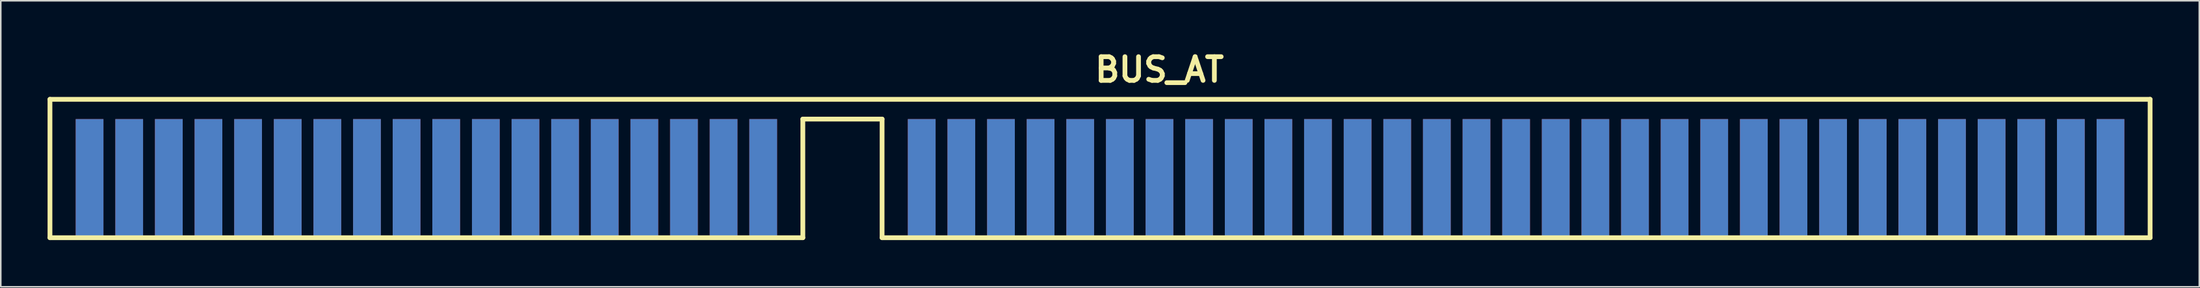
<source format=kicad_pcb>
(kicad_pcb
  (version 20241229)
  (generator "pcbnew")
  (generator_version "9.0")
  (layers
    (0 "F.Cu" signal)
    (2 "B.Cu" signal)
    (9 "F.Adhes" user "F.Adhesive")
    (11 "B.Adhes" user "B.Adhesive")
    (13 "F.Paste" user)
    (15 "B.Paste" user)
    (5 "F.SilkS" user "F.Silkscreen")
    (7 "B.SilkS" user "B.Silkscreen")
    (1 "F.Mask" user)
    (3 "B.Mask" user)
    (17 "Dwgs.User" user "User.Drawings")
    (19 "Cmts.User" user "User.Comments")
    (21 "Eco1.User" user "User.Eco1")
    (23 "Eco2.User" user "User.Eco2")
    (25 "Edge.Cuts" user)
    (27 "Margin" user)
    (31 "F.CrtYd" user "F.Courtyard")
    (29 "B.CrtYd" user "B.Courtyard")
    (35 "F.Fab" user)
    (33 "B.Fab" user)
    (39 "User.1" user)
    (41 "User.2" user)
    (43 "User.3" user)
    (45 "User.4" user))
  (footprint "BUS_AT"
    (layer "F.Cu")
    (at 94.132 8.411)
    (property "Reference" "BUS_AT" (at -22.86 -6.985 0) (layer "F.SilkS") (effects (font (size 1.524 1.524) (thickness 0.305))))
    (attr through_hole)
    (fp_line (start -93.98 -5.08) (end 40.64 -5.08) (stroke (width 0.305) (type solid)) (layer "F.SilkS"))
    (fp_line (start -93.98 3.81) (end -93.98 -5.08) (stroke (width 0.305) (type solid)) (layer "F.SilkS"))
    (fp_line (start -45.72 -3.81) (end -45.72 3.81) (stroke (width 0.305) (type solid)) (layer "F.SilkS"))
    (fp_line (start -45.72 3.81) (end -93.98 3.81) (stroke (width 0.305) (type solid)) (layer "F.SilkS"))
    (fp_line (start -40.64 -3.81) (end -45.72 -3.81) (stroke (width 0.305) (type solid)) (layer "F.SilkS"))
    (fp_line (start -40.64 3.81) (end -40.64 -3.81) (stroke (width 0.305) (type solid)) (layer "F.SilkS"))
    (fp_line (start 40.64 -5.08) (end 40.64 3.81) (stroke (width 0.305) (type solid)) (layer "F.SilkS"))
    (fp_line (start 40.64 3.81) (end -40.64 3.81) (stroke (width 0.305) (type solid)) (layer "F.SilkS"))
    (pad "1" connect rect (at 38.1 0) (size 1.778 7.62) (layers "B.Cu" "B.Mask"))
    (pad "2" connect rect (at 35.56 0) (size 1.778 7.62) (layers "B.Cu" "B.Mask"))
    (pad "3" connect rect (at 33.02 0) (size 1.778 7.62) (layers "B.Cu" "B.Mask"))
    (pad "4" connect rect (at 30.48 0) (size 1.778 7.62) (layers "B.Cu" "B.Mask"))
    (pad "5" connect rect (at 27.94 0) (size 1.778 7.62) (layers "B.Cu" "B.Mask"))
    (pad "6" connect rect (at 25.4 0) (size 1.778 7.62) (layers "B.Cu" "B.Mask"))
    (pad "7" connect rect (at 22.86 0) (size 1.778 7.62) (layers "B.Cu" "B.Mask"))
    (pad "8" connect rect (at 20.32 0) (size 1.778 7.62) (layers "B.Cu" "B.Mask"))
    (pad "9" connect rect (at 17.78 0) (size 1.778 7.62) (layers "B.Cu" "B.Mask"))
    (pad "10" connect rect (at 15.24 0) (size 1.778 7.62) (layers "B.Cu" "B.Mask"))
    (pad "11" connect rect (at 12.7 0) (size 1.778 7.62) (layers "B.Cu" "B.Mask"))
    (pad "12" connect rect (at 10.16 0) (size 1.778 7.62) (layers "B.Cu" "B.Mask"))
    (pad "13" connect rect (at 7.62 0) (size 1.778 7.62) (layers "B.Cu" "B.Mask"))
    (pad "14" connect rect (at 5.08 0) (size 1.778 7.62) (layers "B.Cu" "B.Mask"))
    (pad "15" connect rect (at 2.54 0) (size 1.778 7.62) (layers "B.Cu" "B.Mask"))
    (pad "16" connect rect (at 0 0) (size 1.778 7.62) (layers "B.Cu" "B.Mask"))
    (pad "17" connect rect (at -2.54 0) (size 1.778 7.62) (layers "B.Cu" "B.Mask"))
    (pad "18" connect rect (at -5.08 0) (size 1.778 7.62) (layers "B.Cu" "B.Mask"))
    (pad "19" connect rect (at -7.62 0) (size 1.778 7.62) (layers "B.Cu" "B.Mask"))
    (pad "20" connect rect (at -10.16 0) (size 1.778 7.62) (layers "B.Cu" "B.Mask"))
    (pad "21" connect rect (at -12.7 0) (size 1.778 7.62) (layers "B.Cu" "B.Mask"))
    (pad "22" connect rect (at -15.24 0) (size 1.778 7.62) (layers "B.Cu" "B.Mask"))
    (pad "23" connect rect (at -17.78 0) (size 1.778 7.62) (layers "B.Cu" "B.Mask"))
    (pad "24" connect rect (at -20.32 0) (size 1.778 7.62) (layers "B.Cu" "B.Mask"))
    (pad "25" connect rect (at -22.86 0) (size 1.778 7.62) (layers "B.Cu" "B.Mask"))
    (pad "26" connect rect (at -25.4 0) (size 1.778 7.62) (layers "B.Cu" "B.Mask"))
    (pad "27" connect rect (at -27.94 0) (size 1.778 7.62) (layers "B.Cu" "B.Mask"))
    (pad "28" connect rect (at -30.48 0) (size 1.778 7.62) (layers "B.Cu" "B.Mask"))
    (pad "29" connect rect (at -33.02 0) (size 1.778 7.62) (layers "B.Cu" "B.Mask"))
    (pad "30" connect rect (at -35.56 0) (size 1.778 7.62) (layers "B.Cu" "B.Mask"))
    (pad "31" connect rect (at -38.1 0) (size 1.778 7.62) (layers "B.Cu" "B.Mask"))
    (pad "32" connect rect (at 38.1 0) (size 1.778 7.62) (layers "F.Cu" "F.Mask"))
    (pad "33" connect rect (at 35.56 0) (size 1.778 7.62) (layers "F.Cu" "F.Mask"))
    (pad "34" connect rect (at 33.02 0) (size 1.778 7.62) (layers "F.Cu" "F.Mask"))
    (pad "35" connect rect (at 30.48 0) (size 1.778 7.62) (layers "F.Cu" "F.Mask"))
    (pad "36" connect rect (at 27.94 0) (size 1.778 7.62) (layers "F.Cu" "F.Mask"))
    (pad "37" connect rect (at 25.4 0) (size 1.778 7.62) (layers "F.Cu" "F.Mask"))
    (pad "38" connect rect (at 22.86 0) (size 1.778 7.62) (layers "F.Cu" "F.Mask"))
    (pad "39" connect rect (at 20.32 0) (size 1.778 7.62) (layers "F.Cu" "F.Mask"))
    (pad "40" connect rect (at 17.78 0) (size 1.778 7.62) (layers "F.Cu" "F.Mask"))
    (pad "41" connect rect (at 15.24 0) (size 1.778 7.62) (layers "F.Cu" "F.Mask"))
    (pad "42" connect rect (at 12.7 0) (size 1.778 7.62) (layers "F.Cu" "F.Mask"))
    (pad "43" connect rect (at 10.16 0) (size 1.778 7.62) (layers "F.Cu" "F.Mask"))
    (pad "44" connect rect (at 7.62 0) (size 1.778 7.62) (layers "F.Cu" "F.Mask"))
    (pad "45" connect rect (at 5.08 0) (size 1.778 7.62) (layers "F.Cu" "F.Mask"))
    (pad "46" connect rect (at 2.54 0) (size 1.778 7.62) (layers "F.Cu" "F.Mask"))
    (pad "47" connect rect (at 0 0) (size 1.778 7.62) (layers "F.Cu" "F.Mask"))
    (pad "48" connect rect (at -2.54 0) (size 1.778 7.62) (layers "F.Cu" "F.Mask"))
    (pad "49" connect rect (at -5.08 0) (size 1.778 7.62) (layers "F.Cu" "F.Mask"))
    (pad "50" connect rect (at -7.62 0) (size 1.778 7.62) (layers "F.Cu" "F.Mask"))
    (pad "51" connect rect (at -10.16 0) (size 1.778 7.62) (layers "F.Cu" "F.Mask"))
    (pad "52" connect rect (at -12.7 0) (size 1.778 7.62) (layers "F.Cu" "F.Mask"))
    (pad "53" connect rect (at -15.24 0) (size 1.778 7.62) (layers "F.Cu" "F.Mask"))
    (pad "54" connect rect (at -17.78 0) (size 1.778 7.62) (layers "F.Cu" "F.Mask"))
    (pad "55" connect rect (at -20.32 0) (size 1.778 7.62) (layers "F.Cu" "F.Mask"))
    (pad "56" connect rect (at -22.86 0) (size 1.778 7.62) (layers "F.Cu" "F.Mask"))
    (pad "57" connect rect (at -25.4 0) (size 1.778 7.62) (layers "F.Cu" "F.Mask"))
    (pad "58" connect rect (at -27.94 0) (size 1.778 7.62) (layers "F.Cu" "F.Mask"))
    (pad "59" connect rect (at -30.48 0) (size 1.778 7.62) (layers "F.Cu" "F.Mask"))
    (pad "60" connect rect (at -33.02 0) (size 1.778 7.62) (layers "F.Cu" "F.Mask"))
    (pad "61" connect rect (at -35.56 0) (size 1.778 7.62) (layers "F.Cu" "F.Mask"))
    (pad "62" connect rect (at -38.1 0) (size 1.778 7.62) (layers "F.Cu" "F.Mask"))
    (pad "63" connect rect (at -48.26 0) (size 1.778 7.62) (layers "B.Cu" "B.Mask"))
    (pad "64" connect rect (at -50.8 0) (size 1.778 7.62) (layers "B.Cu" "B.Mask"))
    (pad "65" connect rect (at -53.34 0) (size 1.778 7.62) (layers "B.Cu" "B.Mask"))
    (pad "66" connect rect (at -55.88 0) (size 1.778 7.62) (layers "B.Cu" "B.Mask"))
    (pad "67" connect rect (at -58.42 0) (size 1.778 7.62) (layers "B.Cu" "B.Mask"))
    (pad "68" connect rect (at -60.96 0) (size 1.778 7.62) (layers "B.Cu" "B.Mask"))
    (pad "69" connect rect (at -63.5 0) (size 1.778 7.62) (layers "B.Cu" "B.Mask"))
    (pad "70" connect rect (at -66.04 0) (size 1.778 7.62) (layers "B.Cu" "B.Mask"))
    (pad "71" connect rect (at -68.58 0) (size 1.778 7.62) (layers "B.Cu" "B.Mask"))
    (pad "72" connect rect (at -71.12 0) (size 1.778 7.62) (layers "B.Cu" "B.Mask"))
    (pad "73" connect rect (at -73.66 0) (size 1.778 7.62) (layers "B.Cu" "B.Mask"))
    (pad "74" connect rect (at -76.2 0) (size 1.778 7.62) (layers "B.Cu" "B.Mask"))
    (pad "75" connect rect (at -78.74 0) (size 1.778 7.62) (layers "B.Cu" "B.Mask"))
    (pad "76" connect rect (at -81.28 0) (size 1.778 7.62) (layers "B.Cu" "B.Mask"))
    (pad "77" connect rect (at -83.82 0) (size 1.778 7.62) (layers "B.Cu" "B.Mask"))
    (pad "78" connect rect (at -86.36 0) (size 1.778 7.62) (layers "B.Cu" "B.Mask"))
    (pad "79" connect rect (at -88.9 0) (size 1.778 7.62) (layers "B.Cu" "B.Mask"))
    (pad "80" connect rect (at -91.44 0) (size 1.778 7.62) (layers "B.Cu" "B.Mask"))
    (pad "81" connect rect (at -48.26 0) (size 1.778 7.62) (layers "F.Cu" "F.Mask"))
    (pad "82" connect rect (at -50.8 0) (size 1.778 7.62) (layers "F.Cu" "F.Mask"))
    (pad "83" connect rect (at -53.34 0) (size 1.778 7.62) (layers "F.Cu" "F.Mask"))
    (pad "84" connect rect (at -55.88 0) (size 1.778 7.62) (layers "F.Cu" "F.Mask"))
    (pad "85" connect rect (at -58.42 0) (size 1.778 7.62) (layers "F.Cu" "F.Mask"))
    (pad "86" connect rect (at -60.96 0) (size 1.778 7.62) (layers "F.Cu" "F.Mask"))
    (pad "87" connect rect (at -63.5 0) (size 1.778 7.62) (layers "F.Cu" "F.Mask"))
    (pad "88" connect rect (at -66.04 0) (size 1.778 7.62) (layers "F.Cu" "F.Mask"))
    (pad "89" connect rect (at -68.58 0) (size 1.778 7.62) (layers "F.Cu" "F.Mask"))
    (pad "90" connect rect (at -71.12 0) (size 1.778 7.62) (layers "F.Cu" "F.Mask"))
    (pad "91" connect rect (at -73.66 0) (size 1.778 7.62) (layers "F.Cu" "F.Mask"))
    (pad "92" connect rect (at -76.2 0) (size 1.778 7.62) (layers "F.Cu" "F.Mask"))
    (pad "93" connect rect (at -78.74 0) (size 1.778 7.62) (layers "F.Cu" "F.Mask"))
    (pad "94" connect rect (at -81.28 0) (size 1.778 7.62) (layers "F.Cu" "F.Mask"))
    (pad "95" connect rect (at -83.82 0) (size 1.778 7.62) (layers "F.Cu" "F.Mask"))
    (pad "96" connect rect (at -86.36 0) (size 1.778 7.62) (layers "F.Cu" "F.Mask"))
    (pad "97" connect rect (at -88.9 0) (size 1.778 7.62) (layers "F.Cu" "F.Mask"))
    (pad "98" connect rect (at -91.44 0) (size 1.778 7.62) (layers "F.Cu" "F.Mask")))
  (gr_rect
    (start -3 -3)
    (end 137.925 15.374)
    (stroke (width 0.1) (type default))
    (fill no)
    (layer "Edge.Cuts")))
</source>
